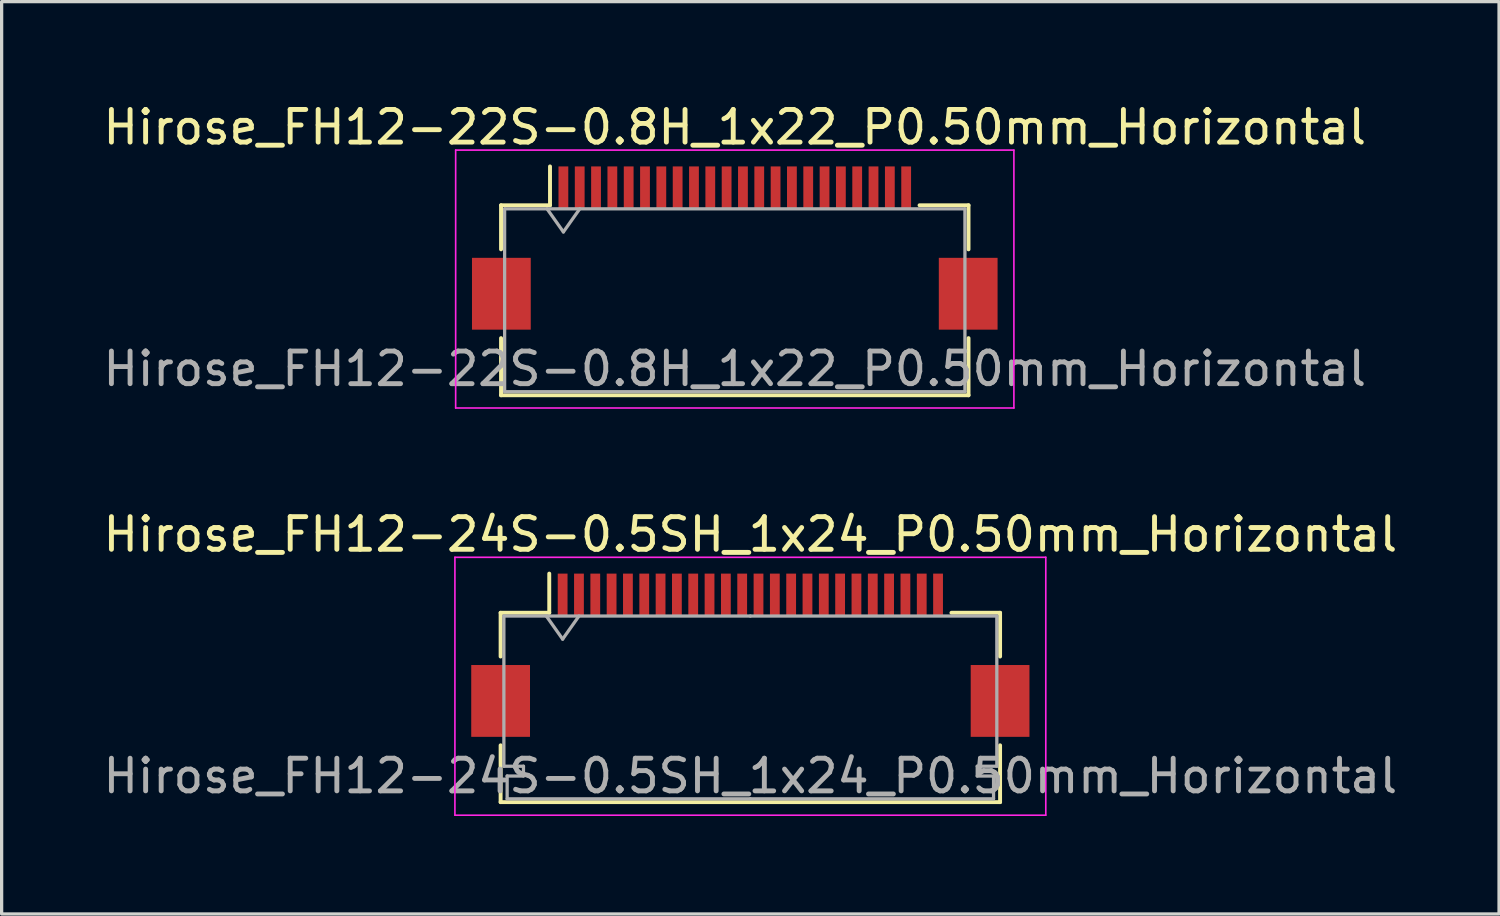
<source format=kicad_pcb>
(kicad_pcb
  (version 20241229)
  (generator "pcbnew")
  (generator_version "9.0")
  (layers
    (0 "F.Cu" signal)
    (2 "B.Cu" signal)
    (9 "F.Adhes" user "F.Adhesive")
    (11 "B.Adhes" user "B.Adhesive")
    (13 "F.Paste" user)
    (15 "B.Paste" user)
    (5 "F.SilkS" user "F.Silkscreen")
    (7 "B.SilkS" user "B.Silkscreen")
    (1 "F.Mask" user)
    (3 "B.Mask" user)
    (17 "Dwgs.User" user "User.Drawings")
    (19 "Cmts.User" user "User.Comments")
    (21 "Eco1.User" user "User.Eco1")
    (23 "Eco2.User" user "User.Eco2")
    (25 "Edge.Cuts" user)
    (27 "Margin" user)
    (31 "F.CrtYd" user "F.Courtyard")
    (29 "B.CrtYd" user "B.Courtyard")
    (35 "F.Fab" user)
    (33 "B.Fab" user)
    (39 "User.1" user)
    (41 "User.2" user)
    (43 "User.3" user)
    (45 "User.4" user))
  (footprint "Hirose_FH12-22S-0.8H_1x22_P0.50mm_Horizontal"
    (layer "F.Cu")
    (at 19.458 4.548)
    (property "Reference" "Hirose_FH12-22S-0.8H_1x22_P0.50mm_Horizontal" (at 0 -3.7 0) (layer "F.SilkS") (effects (font (size 1 1) (thickness 0.15))))
    (attr smd)
    (fp_line (start -7.16 -1.31) (end -5.66 -1.31) (stroke (width 0.12) (type solid)) (layer "F.SilkS"))
    (fp_line (start -7.16 0.04) (end -7.16 -1.31) (stroke (width 0.12) (type solid)) (layer "F.SilkS"))
    (fp_line (start -7.16 2.76) (end -7.16 4.51) (stroke (width 0.12) (type solid)) (layer "F.SilkS"))
    (fp_line (start -7.16 4.51) (end 7.16 4.51) (stroke (width 0.12) (type solid)) (layer "F.SilkS"))
    (fp_line (start -5.66 -1.31) (end -5.66 -2.5) (stroke (width 0.12) (type solid)) (layer "F.SilkS"))
    (fp_line (start 7.16 -1.31) (end 5.66 -1.31) (stroke (width 0.12) (type solid)) (layer "F.SilkS"))
    (fp_line (start 7.16 0.04) (end 7.16 -1.31) (stroke (width 0.12) (type solid)) (layer "F.SilkS"))
    (fp_line (start 7.16 4.51) (end 7.16 2.76) (stroke (width 0.12) (type solid)) (layer "F.SilkS"))
    (fp_line (start -8.55 -3) (end -8.55 4.9) (stroke (width 0.05) (type solid)) (layer "F.CrtYd"))
    (fp_line (start -8.55 4.9) (end 8.55 4.9) (stroke (width 0.05) (type solid)) (layer "F.CrtYd"))
    (fp_line (start 8.55 -3) (end -8.55 -3) (stroke (width 0.05) (type solid)) (layer "F.CrtYd"))
    (fp_line (start 8.55 4.9) (end 8.55 -3) (stroke (width 0.05) (type solid)) (layer "F.CrtYd"))
    (fp_line (start -7.05 -1.2) (end -7.05 4.4) (stroke (width 0.1) (type solid)) (layer "F.Fab"))
    (fp_line (start -7.05 -1.2) (end 7.05 -1.2) (stroke (width 0.1) (type solid)) (layer "F.Fab"))
    (fp_line (start -7.05 4.4) (end 7.05 4.4) (stroke (width 0.1) (type solid)) (layer "F.Fab"))
    (fp_line (start -5.75 -1.2) (end -5.25 -0.493) (stroke (width 0.1) (type solid)) (layer "F.Fab"))
    (fp_line (start -5.25 -0.493) (end -4.75 -1.2) (stroke (width 0.1) (type solid)) (layer "F.Fab"))
    (fp_line (start 7.05 -1.2) (end 7.05 4.4) (stroke (width 0.1) (type solid)) (layer "F.Fab"))
    (fp_text user "${REFERENCE}" (at 0 3.7 0) (layer "F.Fab") (effects (font (size 1 1) (thickness 0.15))))
    (pad "" smd rect (at -7.15 1.4) (size 1.8 2.2) (layers "F.Cu" "F.Mask" "F.Paste"))
    (pad "" smd rect (at 7.15 1.4) (size 1.8 2.2) (layers "F.Cu" "F.Mask" "F.Paste"))
    (pad "1" smd rect (at -5.25 -1.85) (size 0.3 1.3) (layers "F.Cu" "F.Mask" "F.Paste"))
    (pad "2" smd rect (at -4.75 -1.85) (size 0.3 1.3) (layers "F.Cu" "F.Mask" "F.Paste"))
    (pad "3" smd rect (at -4.25 -1.85) (size 0.3 1.3) (layers "F.Cu" "F.Mask" "F.Paste"))
    (pad "4" smd rect (at -3.75 -1.85) (size 0.3 1.3) (layers "F.Cu" "F.Mask" "F.Paste"))
    (pad "5" smd rect (at -3.25 -1.85) (size 0.3 1.3) (layers "F.Cu" "F.Mask" "F.Paste"))
    (pad "6" smd rect (at -2.75 -1.85) (size 0.3 1.3) (layers "F.Cu" "F.Mask" "F.Paste"))
    (pad "7" smd rect (at -2.25 -1.85) (size 0.3 1.3) (layers "F.Cu" "F.Mask" "F.Paste"))
    (pad "8" smd rect (at -1.75 -1.85) (size 0.3 1.3) (layers "F.Cu" "F.Mask" "F.Paste"))
    (pad "9" smd rect (at -1.25 -1.85) (size 0.3 1.3) (layers "F.Cu" "F.Mask" "F.Paste"))
    (pad "10" smd rect (at -0.75 -1.85) (size 0.3 1.3) (layers "F.Cu" "F.Mask" "F.Paste"))
    (pad "11" smd rect (at -0.25 -1.85) (size 0.3 1.3) (layers "F.Cu" "F.Mask" "F.Paste"))
    (pad "12" smd rect (at 0.25 -1.85) (size 0.3 1.3) (layers "F.Cu" "F.Mask" "F.Paste"))
    (pad "13" smd rect (at 0.75 -1.85) (size 0.3 1.3) (layers "F.Cu" "F.Mask" "F.Paste"))
    (pad "14" smd rect (at 1.25 -1.85) (size 0.3 1.3) (layers "F.Cu" "F.Mask" "F.Paste"))
    (pad "15" smd rect (at 1.75 -1.85) (size 0.3 1.3) (layers "F.Cu" "F.Mask" "F.Paste"))
    (pad "16" smd rect (at 2.25 -1.85) (size 0.3 1.3) (layers "F.Cu" "F.Mask" "F.Paste"))
    (pad "17" smd rect (at 2.75 -1.85) (size 0.3 1.3) (layers "F.Cu" "F.Mask" "F.Paste"))
    (pad "18" smd rect (at 3.25 -1.85) (size 0.3 1.3) (layers "F.Cu" "F.Mask" "F.Paste"))
    (pad "19" smd rect (at 3.75 -1.85) (size 0.3 1.3) (layers "F.Cu" "F.Mask" "F.Paste"))
    (pad "20" smd rect (at 4.25 -1.85) (size 0.3 1.3) (layers "F.Cu" "F.Mask" "F.Paste"))
    (pad "21" smd rect (at 4.75 -1.85) (size 0.3 1.3) (layers "F.Cu" "F.Mask" "F.Paste"))
    (pad "22" smd rect (at 5.25 -1.85) (size 0.3 1.3) (layers "F.Cu" "F.Mask" "F.Paste")))
  (footprint "Hirose_FH12-24S-0.5SH_1x24_P0.50mm_Horizontal"
    (layer "F.Cu")
    (at 19.935 17.021)
    (property "Reference" "Hirose_FH12-24S-0.5SH_1x24_P0.50mm_Horizontal" (at 0 -3.7 0) (layer "F.SilkS") (effects (font (size 1 1) (thickness 0.15))))
    (attr smd)
    (fp_line (start -7.65 -1.3) (end -7.65 0.04) (stroke (width 0.12) (type solid)) (layer "F.SilkS"))
    (fp_line (start -7.65 2.76) (end -7.65 4.5) (stroke (width 0.12) (type solid)) (layer "F.SilkS"))
    (fp_line (start -7.65 4.5) (end 7.65 4.5) (stroke (width 0.12) (type solid)) (layer "F.SilkS"))
    (fp_line (start -6.16 -1.3) (end -7.65 -1.3) (stroke (width 0.12) (type solid)) (layer "F.SilkS"))
    (fp_line (start -6.16 -1.3) (end -6.16 -2.5) (stroke (width 0.12) (type solid)) (layer "F.SilkS"))
    (fp_line (start 6.16 -1.3) (end 7.65 -1.3) (stroke (width 0.12) (type solid)) (layer "F.SilkS"))
    (fp_line (start 7.65 -1.3) (end 7.65 0.04) (stroke (width 0.12) (type solid)) (layer "F.SilkS"))
    (fp_line (start 7.65 4.5) (end 7.65 2.76) (stroke (width 0.12) (type solid)) (layer "F.SilkS"))
    (fp_line (start -9.05 -3) (end -9.05 4.9) (stroke (width 0.05) (type solid)) (layer "F.CrtYd"))
    (fp_line (start -9.05 4.9) (end 9.05 4.9) (stroke (width 0.05) (type solid)) (layer "F.CrtYd"))
    (fp_line (start 9.05 -3) (end -9.05 -3) (stroke (width 0.05) (type solid)) (layer "F.CrtYd"))
    (fp_line (start 9.05 4.9) (end 9.05 -3) (stroke (width 0.05) (type solid)) (layer "F.CrtYd"))
    (fp_line (start -7.55 -1.2) (end -7.55 3.4) (stroke (width 0.1) (type solid)) (layer "F.Fab"))
    (fp_line (start -7.55 3.4) (end -6.95 3.4) (stroke (width 0.1) (type solid)) (layer "F.Fab"))
    (fp_line (start -7.45 3.7) (end -7.45 4.4) (stroke (width 0.1) (type solid)) (layer "F.Fab"))
    (fp_line (start -7.45 4.4) (end 0 4.4) (stroke (width 0.1) (type solid)) (layer "F.Fab"))
    (fp_line (start -6.95 3.4) (end -6.95 3.7) (stroke (width 0.1) (type solid)) (layer "F.Fab"))
    (fp_line (start -6.95 3.7) (end -7.45 3.7) (stroke (width 0.1) (type solid)) (layer "F.Fab"))
    (fp_line (start -6.25 -1.2) (end -5.75 -0.493) (stroke (width 0.1) (type solid)) (layer "F.Fab"))
    (fp_line (start -5.75 -0.493) (end -5.25 -1.2) (stroke (width 0.1) (type solid)) (layer "F.Fab"))
    (fp_line (start 0 -1.2) (end -7.55 -1.2) (stroke (width 0.1) (type solid)) (layer "F.Fab"))
    (fp_line (start 0 -1.2) (end 7.55 -1.2) (stroke (width 0.1) (type solid)) (layer "F.Fab"))
    (fp_line (start 6.95 3.4) (end 6.95 3.7) (stroke (width 0.1) (type solid)) (layer "F.Fab"))
    (fp_line (start 6.95 3.7) (end 7.45 3.7) (stroke (width 0.1) (type solid)) (layer "F.Fab"))
    (fp_line (start 7.45 3.7) (end 7.45 4.4) (stroke (width 0.1) (type solid)) (layer "F.Fab"))
    (fp_line (start 7.45 4.4) (end 0 4.4) (stroke (width 0.1) (type solid)) (layer "F.Fab"))
    (fp_line (start 7.55 -1.2) (end 7.55 3.4) (stroke (width 0.1) (type solid)) (layer "F.Fab"))
    (fp_line (start 7.55 3.4) (end 6.95 3.4) (stroke (width 0.1) (type solid)) (layer "F.Fab"))
    (fp_text user "${REFERENCE}" (at 0 3.7 0) (layer "F.Fab") (effects (font (size 1 1) (thickness 0.15))))
    (pad "" smd rect (at -7.65 1.4) (size 1.8 2.2) (layers "F.Cu" "F.Mask" "F.Paste"))
    (pad "" smd rect (at 7.65 1.4) (size 1.8 2.2) (layers "F.Cu" "F.Mask" "F.Paste"))
    (pad "1" smd rect (at -5.75 -1.85) (size 0.3 1.3) (layers "F.Cu" "F.Mask" "F.Paste"))
    (pad "2" smd rect (at -5.25 -1.85) (size 0.3 1.3) (layers "F.Cu" "F.Mask" "F.Paste"))
    (pad "3" smd rect (at -4.75 -1.85) (size 0.3 1.3) (layers "F.Cu" "F.Mask" "F.Paste"))
    (pad "4" smd rect (at -4.25 -1.85) (size 0.3 1.3) (layers "F.Cu" "F.Mask" "F.Paste"))
    (pad "5" smd rect (at -3.75 -1.85) (size 0.3 1.3) (layers "F.Cu" "F.Mask" "F.Paste"))
    (pad "6" smd rect (at -3.25 -1.85) (size 0.3 1.3) (layers "F.Cu" "F.Mask" "F.Paste"))
    (pad "7" smd rect (at -2.75 -1.85) (size 0.3 1.3) (layers "F.Cu" "F.Mask" "F.Paste"))
    (pad "8" smd rect (at -2.25 -1.85) (size 0.3 1.3) (layers "F.Cu" "F.Mask" "F.Paste"))
    (pad "9" smd rect (at -1.75 -1.85) (size 0.3 1.3) (layers "F.Cu" "F.Mask" "F.Paste"))
    (pad "10" smd rect (at -1.25 -1.85) (size 0.3 1.3) (layers "F.Cu" "F.Mask" "F.Paste"))
    (pad "11" smd rect (at -0.75 -1.85) (size 0.3 1.3) (layers "F.Cu" "F.Mask" "F.Paste"))
    (pad "12" smd rect (at -0.25 -1.85) (size 0.3 1.3) (layers "F.Cu" "F.Mask" "F.Paste"))
    (pad "13" smd rect (at 0.25 -1.85) (size 0.3 1.3) (layers "F.Cu" "F.Mask" "F.Paste"))
    (pad "14" smd rect (at 0.75 -1.85) (size 0.3 1.3) (layers "F.Cu" "F.Mask" "F.Paste"))
    (pad "15" smd rect (at 1.25 -1.85) (size 0.3 1.3) (layers "F.Cu" "F.Mask" "F.Paste"))
    (pad "16" smd rect (at 1.75 -1.85) (size 0.3 1.3) (layers "F.Cu" "F.Mask" "F.Paste"))
    (pad "17" smd rect (at 2.25 -1.85) (size 0.3 1.3) (layers "F.Cu" "F.Mask" "F.Paste"))
    (pad "18" smd rect (at 2.75 -1.85) (size 0.3 1.3) (layers "F.Cu" "F.Mask" "F.Paste"))
    (pad "19" smd rect (at 3.25 -1.85) (size 0.3 1.3) (layers "F.Cu" "F.Mask" "F.Paste"))
    (pad "20" smd rect (at 3.75 -1.85) (size 0.3 1.3) (layers "F.Cu" "F.Mask" "F.Paste"))
    (pad "21" smd rect (at 4.25 -1.85) (size 0.3 1.3) (layers "F.Cu" "F.Mask" "F.Paste"))
    (pad "22" smd rect (at 4.75 -1.85) (size 0.3 1.3) (layers "F.Cu" "F.Mask" "F.Paste"))
    (pad "23" smd rect (at 5.25 -1.85) (size 0.3 1.3) (layers "F.Cu" "F.Mask" "F.Paste"))
    (pad "24" smd rect (at 5.75 -1.85) (size 0.3 1.3) (layers "F.Cu" "F.Mask" "F.Paste")))
  (gr_rect
    (start -3 -3)
    (end 42.869 24.947)
    (stroke (width 0.1) (type default))
    (fill no)
    (layer "Edge.Cuts")))
</source>
